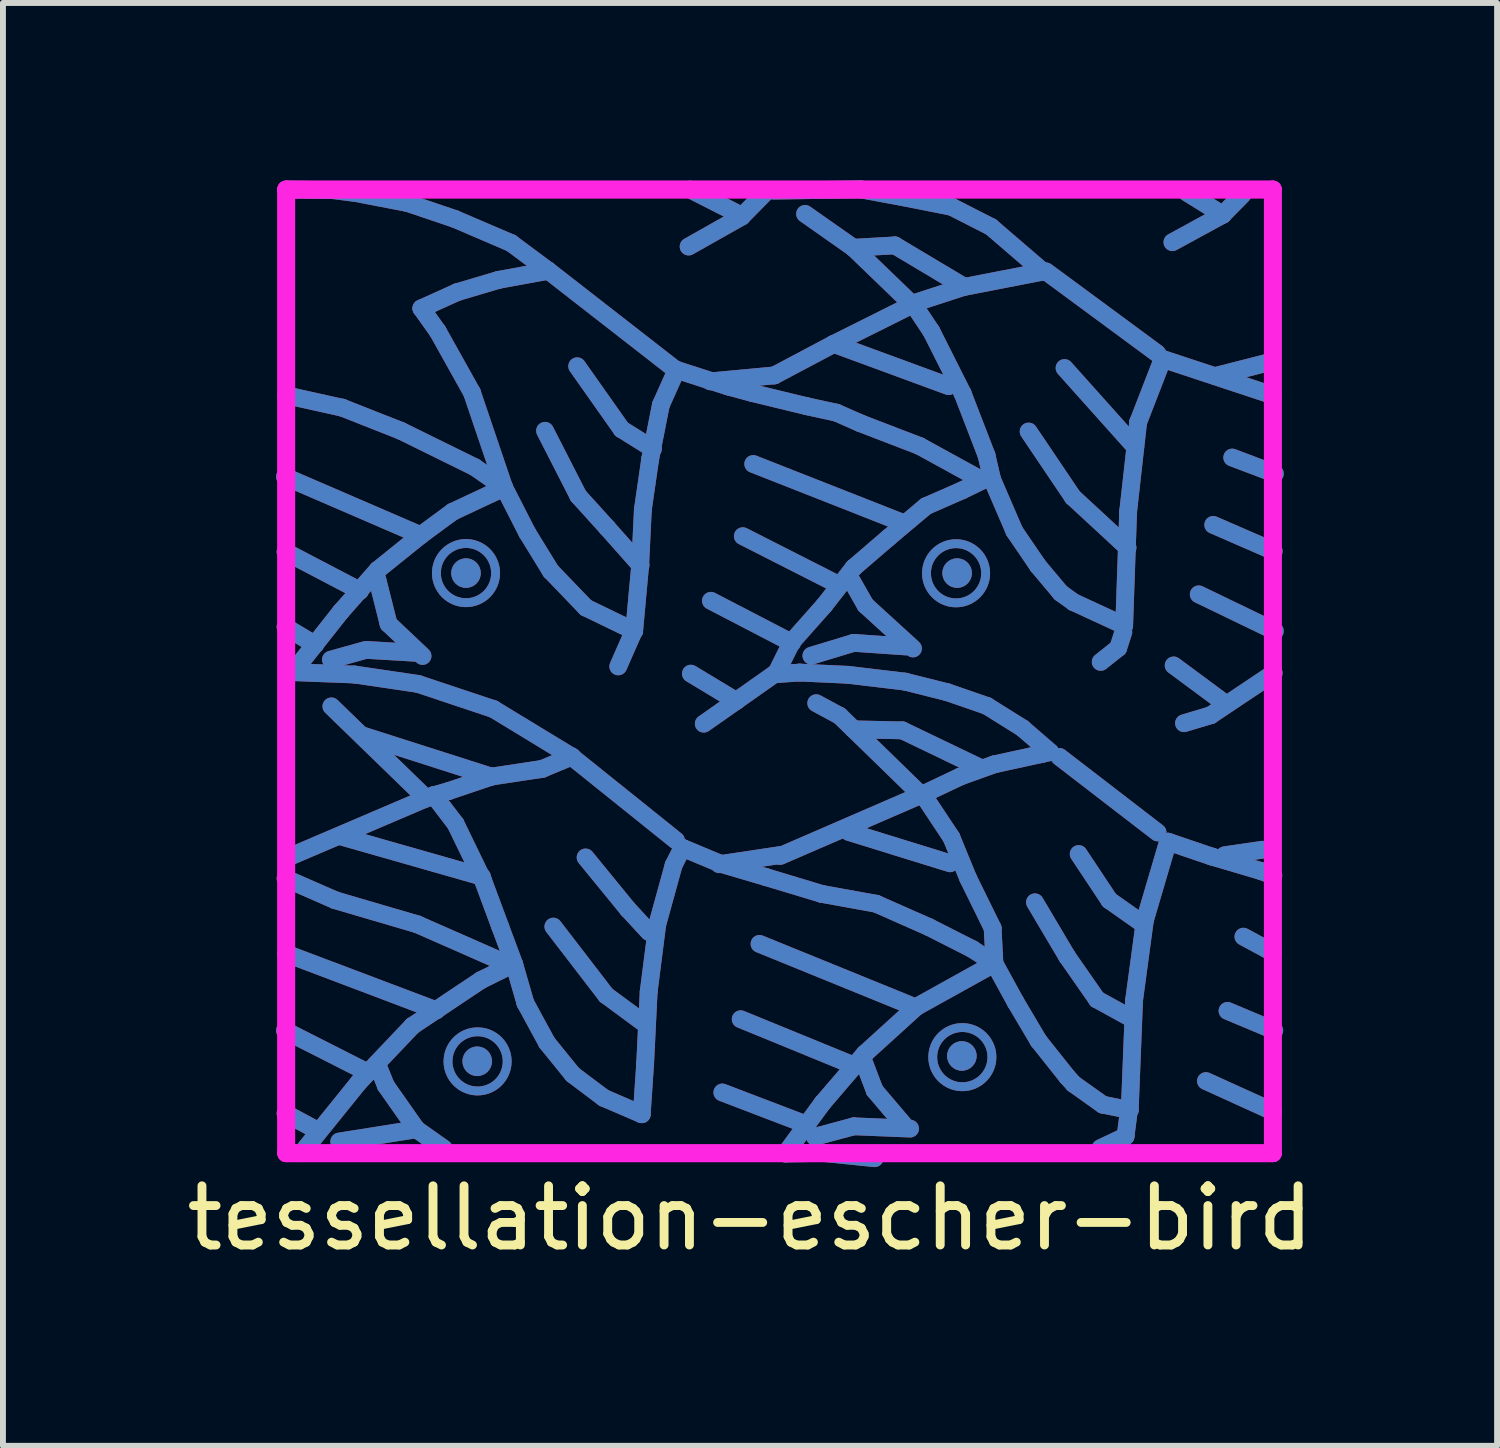
<source format=kicad_pcb>
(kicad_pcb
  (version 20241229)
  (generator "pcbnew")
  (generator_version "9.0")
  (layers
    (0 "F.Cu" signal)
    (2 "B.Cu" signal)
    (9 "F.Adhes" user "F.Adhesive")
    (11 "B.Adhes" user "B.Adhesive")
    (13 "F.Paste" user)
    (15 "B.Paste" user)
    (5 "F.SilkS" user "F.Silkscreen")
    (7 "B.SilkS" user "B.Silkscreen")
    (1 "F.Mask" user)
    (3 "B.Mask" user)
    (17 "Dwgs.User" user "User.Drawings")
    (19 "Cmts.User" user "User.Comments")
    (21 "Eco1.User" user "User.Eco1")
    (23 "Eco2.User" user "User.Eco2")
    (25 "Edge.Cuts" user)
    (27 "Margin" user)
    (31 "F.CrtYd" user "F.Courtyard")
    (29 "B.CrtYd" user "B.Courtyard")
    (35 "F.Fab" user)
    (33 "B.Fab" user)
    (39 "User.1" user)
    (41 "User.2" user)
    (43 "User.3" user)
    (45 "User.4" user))
  (footprint "tessellation-escher-bird"
    (layer "F.Cu")
    (at 9.625 8.135)
    (property "Reference" "tessellation-escher-bird" (at 0 9.4 0) (layer "F.SilkS") (effects (font (size 1 1) (thickness 0.15))))
    (attr through_hole)
    (fp_line (start -7.86 -3.13) (end -5.566 -2.139) (stroke (width 0.3) (type solid)) (layer "F.Cu"))
    (fp_line (start -7.85 -1.86) (end -6.59 -1.2) (stroke (width 0.3) (type solid)) (layer "F.Cu"))
    (fp_line (start -7.85 -0.59) (end -7.35 -0.29) (stroke (width 0.3) (type solid)) (layer "F.Cu"))
    (fp_line (start -7.838 -4.505) (end -6.89 -4.295) (stroke (width 0.3) (type solid)) (layer "F.Cu"))
    (fp_line (start -7.723 0.174) (end -6.683 0.214) (stroke (width 0.3) (type solid)) (layer "F.Cu"))
    (fp_line (start -7.579 8.304) (end -6.61 7.104) (stroke (width 0.3) (type solid)) (layer "F.Cu"))
    (fp_line (start -7.328 7.911) (end -7.85 7.63) (stroke (width 0.3) (type solid)) (layer "F.Cu"))
    (fp_line (start -7.083 -0.037) (end -6.5 -0.2) (stroke (width 0.3) (type solid)) (layer "F.Cu"))
    (fp_line (start -7.075 0.752) (end -5.47 2.31) (stroke (width 0.3) (type solid)) (layer "F.Cu"))
    (fp_line (start -7.04 -7.971) (end -7.838 -7.982) (stroke (width 0.3) (type solid)) (layer "F.Cu"))
    (fp_line (start -7.01 4.028) (end -7.85 3.66) (stroke (width 0.3) (type solid)) (layer "F.Cu"))
    (fp_line (start -6.942 8.106) (end -5.637 7.899) (stroke (width 0.3) (type solid)) (layer "F.Cu"))
    (fp_line (start -6.912 -0.852) (end -7.723 0.174) (stroke (width 0.3) (type solid)) (layer "F.Cu"))
    (fp_line (start -6.89 -4.295) (end -5.899 -3.904) (stroke (width 0.3) (type solid)) (layer "F.Cu"))
    (fp_line (start -6.88 2.96) (end -4.53 3.63) (stroke (width 0.3) (type solid)) (layer "F.Cu"))
    (fp_line (start -6.683 0.214) (end -5.613 0.372) (stroke (width 0.3) (type solid)) (layer "F.Cu"))
    (fp_line (start -6.653 -7.921) (end -7.04 -7.971) (stroke (width 0.3) (type solid)) (layer "F.Cu"))
    (fp_line (start -6.61 7.104) (end -5.703 6.15) (stroke (width 0.3) (type solid)) (layer "F.Cu"))
    (fp_line (start -6.56 1.24) (end -4.37 1.94) (stroke (width 0.3) (type solid)) (layer "F.Cu"))
    (fp_line (start -6.46 6.94) (end -7.86 6.23) (stroke (width 0.3) (type solid)) (layer "F.Cu"))
    (fp_line (start -6.45 -0.2) (end -5.6 -0.15) (stroke (width 0.3) (type solid)) (layer "F.Cu"))
    (fp_line (start -6.3 -1.4) (end -6.109 -0.643) (stroke (width 0.3) (type solid)) (layer "F.Cu"))
    (fp_line (start -6.292 -1.554) (end -6.912 -0.852) (stroke (width 0.3) (type solid)) (layer "F.Cu"))
    (fp_line (start -6.153 7.164) (end -6.3 6.8) (stroke (width 0.3) (type solid)) (layer "F.Cu"))
    (fp_line (start -6.109 -0.643) (end -5.534 -0.099) (stroke (width 0.3) (type solid)) (layer "F.Cu"))
    (fp_line (start -5.899 -3.904) (end -4.652 -3.29) (stroke (width 0.3) (type solid)) (layer "F.Cu"))
    (fp_line (start -5.781 -7.753) (end -6.653 -7.921) (stroke (width 0.3) (type solid)) (layer "F.Cu"))
    (fp_line (start -5.703 6.15) (end -4.547 5.379) (stroke (width 0.3) (type solid)) (layer "F.Cu"))
    (fp_line (start -5.637 7.899) (end -6.153 7.164) (stroke (width 0.3) (type solid)) (layer "F.Cu"))
    (fp_line (start -5.623 4.435) (end -7.01 4.028) (stroke (width 0.3) (type solid)) (layer "F.Cu"))
    (fp_line (start -5.613 0.372) (end -4.335 0.798) (stroke (width 0.3) (type solid)) (layer "F.Cu"))
    (fp_line (start -5.566 -2.139) (end -6.292 -1.554) (stroke (width 0.3) (type solid)) (layer "F.Cu"))
    (fp_line (start -5.554 -5.974) (end -4.95 -6.247) (stroke (width 0.3) (type solid)) (layer "F.Cu"))
    (fp_line (start -5.345 2.255) (end -4.976 2.737) (stroke (width 0.3) (type solid)) (layer "F.Cu"))
    (fp_line (start -5.34 2.25) (end -7.82 3.31) (stroke (width 0.3) (type solid)) (layer "F.Cu"))
    (fp_line (start -5.3 5.89) (end -7.84 4.93) (stroke (width 0.3) (type solid)) (layer "F.Cu"))
    (fp_line (start -5.276 -5.584) (end -5.554 -5.974) (stroke (width 0.3) (type solid)) (layer "F.Cu"))
    (fp_line (start -5.175 8.225) (end -5.637 7.899) (stroke (width 0.3) (type solid)) (layer "F.Cu"))
    (fp_line (start -5.098 2.185) (end -5.345 2.255) (stroke (width 0.3) (type solid)) (layer "F.Cu"))
    (fp_line (start -5.027 -2.536) (end -5.566 -2.139) (stroke (width 0.3) (type solid)) (layer "F.Cu"))
    (fp_line (start -4.991 -7.486) (end -5.781 -7.753) (stroke (width 0.3) (type solid)) (layer "F.Cu"))
    (fp_line (start -4.976 2.737) (end -4.51 3.698) (stroke (width 0.3) (type solid)) (layer "F.Cu"))
    (fp_line (start -4.95 -6.247) (end -4.25 -6.455) (stroke (width 0.3) (type solid)) (layer "F.Cu"))
    (fp_line (start -4.699 -4.551) (end -5.279 -5.589) (stroke (width 0.3) (type solid)) (layer "F.Cu"))
    (fp_line (start -4.652 -3.29) (end -4.155 -2.945) (stroke (width 0.3) (type solid)) (layer "F.Cu"))
    (fp_line (start -4.547 5.379) (end -4.043 5.13) (stroke (width 0.3) (type solid)) (layer "F.Cu"))
    (fp_line (start -4.51 3.698) (end -4.218 4.485) (stroke (width 0.3) (type solid)) (layer "F.Cu"))
    (fp_line (start -4.365 1.938) (end -5.098 2.185) (stroke (width 0.3) (type solid)) (layer "F.Cu"))
    (fp_line (start -4.335 0.798) (end -3 1.61) (stroke (width 0.3) (type solid)) (layer "F.Cu"))
    (fp_line (start -4.25 -6.455) (end -3.408 -6.609) (stroke (width 0.3) (type solid)) (layer "F.Cu"))
    (fp_line (start -4.218 4.485) (end -3.985 5.111) (stroke (width 0.3) (type solid)) (layer "F.Cu"))
    (fp_line (start -4.155 -2.945) (end -5.027 -2.536) (stroke (width 0.3) (type solid)) (layer "F.Cu"))
    (fp_line (start -4.155 -2.945) (end -4.699 -4.551) (stroke (width 0.3) (type solid)) (layer "F.Cu"))
    (fp_line (start -4.043 5.13) (end -5.623 4.435) (stroke (width 0.3) (type solid)) (layer "F.Cu"))
    (fp_line (start -4.037 -7.077) (end -4.991 -7.486) (stroke (width 0.3) (type solid)) (layer "F.Cu"))
    (fp_line (start -3.985 5.111) (end -3.796 5.766) (stroke (width 0.3) (type solid)) (layer "F.Cu"))
    (fp_line (start -3.796 5.766) (end -3.432 6.436) (stroke (width 0.3) (type solid)) (layer "F.Cu"))
    (fp_line (start -3.764 -2.18) (end -4.155 -2.945) (stroke (width 0.3) (type solid)) (layer "F.Cu"))
    (fp_line (start -3.512 1.809) (end -4.365 1.938) (stroke (width 0.3) (type solid)) (layer "F.Cu"))
    (fp_line (start -3.464 -3.905) (end -2.901 -2.804) (stroke (width 0.3) (type solid)) (layer "F.Cu"))
    (fp_line (start -3.432 6.436) (end -2.995 6.975) (stroke (width 0.3) (type solid)) (layer "F.Cu"))
    (fp_line (start -3.42 -6.62) (end -1.25 -4.93) (stroke (width 0.3) (type solid)) (layer "F.Cu"))
    (fp_line (start -3.408 -6.609) (end -4.037 -7.077) (stroke (width 0.3) (type solid)) (layer "F.Cu"))
    (fp_line (start -3.367 -1.534) (end -3.764 -2.18) (stroke (width 0.3) (type solid)) (layer "F.Cu"))
    (fp_line (start -3.324 4.474) (end -2.432 5.634) (stroke (width 0.3) (type solid)) (layer "F.Cu"))
    (fp_line (start -3.03 1.59) (end -1.25 3.019) (stroke (width 0.3) (type solid)) (layer "F.Cu"))
    (fp_line (start -3.01 1.6) (end -3.512 1.809) (stroke (width 0.3) (type solid)) (layer "F.Cu"))
    (fp_line (start -2.995 6.975) (end -2.471 7.369) (stroke (width 0.3) (type solid)) (layer "F.Cu"))
    (fp_line (start -2.921 -4.996) (end -2.17 -3.931) (stroke (width 0.3) (type solid)) (layer "F.Cu"))
    (fp_line (start -2.901 -2.804) (end -2.414 -2.266) (stroke (width 0.3) (type solid)) (layer "F.Cu"))
    (fp_line (start -2.779 3.305) (end -2.066 4.177) (stroke (width 0.3) (type solid)) (layer "F.Cu"))
    (fp_line (start -2.774 -0.917) (end -3.367 -1.534) (stroke (width 0.3) (type solid)) (layer "F.Cu"))
    (fp_line (start -2.471 7.369) (end -1.83 7.645) (stroke (width 0.3) (type solid)) (layer "F.Cu"))
    (fp_line (start -2.432 5.634) (end -1.8 6.1) (stroke (width 0.3) (type solid)) (layer "F.Cu"))
    (fp_line (start -2.414 -2.266) (end -1.85 -1.63) (stroke (width 0.3) (type solid)) (layer "F.Cu"))
    (fp_line (start -2.227 0.077) (end -1.96 -0.53) (stroke (width 0.3) (type solid)) (layer "F.Cu"))
    (fp_line (start -2.17 -3.931) (end -1.64 -3.6) (stroke (width 0.3) (type solid)) (layer "F.Cu"))
    (fp_line (start -2.066 4.177) (end -1.709 4.564) (stroke (width 0.3) (type solid)) (layer "F.Cu"))
    (fp_line (start -1.958 -0.522) (end -2.774 -0.917) (stroke (width 0.3) (type solid)) (layer "F.Cu"))
    (fp_line (start -1.856 -1.637) (end -1.958 -0.522) (stroke (width 0.3) (type solid)) (layer "F.Cu"))
    (fp_line (start -1.83 7.645) (end -1.772 6.786) (stroke (width 0.3) (type solid)) (layer "F.Cu"))
    (fp_line (start -1.811 -2.572) (end -1.856 -1.637) (stroke (width 0.3) (type solid)) (layer "F.Cu"))
    (fp_line (start -1.772 6.786) (end -1.713 5.577) (stroke (width 0.3) (type solid)) (layer "F.Cu"))
    (fp_line (start -1.713 5.577) (end -1.568 4.441) (stroke (width 0.3) (type solid)) (layer "F.Cu"))
    (fp_line (start -1.687 -3.429) (end -1.811 -2.572) (stroke (width 0.3) (type solid)) (layer "F.Cu"))
    (fp_line (start -1.568 4.441) (end -1.291 3.436) (stroke (width 0.3) (type solid)) (layer "F.Cu"))
    (fp_line (start -1.507 -4.341) (end -1.687 -3.429) (stroke (width 0.3) (type solid)) (layer "F.Cu"))
    (fp_line (start -1.291 3.436) (end -1.143 3.143) (stroke (width 0.3) (type solid)) (layer "F.Cu"))
    (fp_line (start -1.241 -4.935) (end -1.507 -4.341) (stroke (width 0.3) (type solid)) (layer "F.Cu"))
    (fp_line (start -1.143 3.143) (end -0.505 3.409) (stroke (width 0.3) (type solid)) (layer "F.Cu"))
    (fp_line (start -0.505 3.409) (end 0.276 3.639) (stroke (width 0.3) (type solid)) (layer "F.Cu"))
    (fp_line (start -0.371 -4.654) (end -1.241 -4.935) (stroke (width 0.3) (type solid)) (layer "F.Cu"))
    (fp_line (start -0.234 0.661) (end -1 0.199) (stroke (width 0.3) (type solid)) (layer "F.Cu"))
    (fp_line (start -0.234 0.661) (end -0.782 1.045) (stroke (width 0.3) (type solid)) (layer "F.Cu"))
    (fp_line (start -0.216 -7.578) (end -1.011 -7.982) (stroke (width 0.3) (type solid)) (layer "F.Cu"))
    (fp_line (start -0.142 -7.524) (end -1.038 -7.018) (stroke (width 0.3) (type solid)) (layer "F.Cu"))
    (fp_line (start 0.048 -4.541) (end -0.371 -4.654) (stroke (width 0.3) (type solid)) (layer "F.Cu"))
    (fp_line (start 0.269 -7.942) (end -0.142 -7.524) (stroke (width 0.3) (type solid)) (layer "F.Cu"))
    (fp_line (start 0.276 3.639) (end 1.211 3.921) (stroke (width 0.3) (type solid)) (layer "F.Cu"))
    (fp_line (start 0.411 -4.841) (end -0.67 -4.74) (stroke (width 0.3) (type solid)) (layer "F.Cu"))
    (fp_line (start 0.42 0.2) (end -0.234 0.661) (stroke (width 0.3) (type solid)) (layer "F.Cu"))
    (fp_line (start 0.436 0.208) (end 0.705 -0.336) (stroke (width 0.3) (type solid)) (layer "F.Cu"))
    (fp_line (start 0.536 3.261) (end -0.52 3.42) (stroke (width 0.3) (type solid)) (layer "F.Cu"))
    (fp_line (start 0.6 8.309) (end 1.234 8.299) (stroke (width 0.3) (type solid)) (layer "F.Cu"))
    (fp_line (start 0.705 -0.336) (end 1.256 -0.957) (stroke (width 0.3) (type solid)) (layer "F.Cu"))
    (fp_line (start 0.71 -0.32) (end -0.661 -1.032) (stroke (width 0.3) (type solid)) (layer "F.Cu"))
    (fp_line (start 0.84 0.181) (end 0.436 0.208) (stroke (width 0.3) (type solid)) (layer "F.Cu"))
    (fp_line (start 0.9 7.8) (end -0.468 7.277) (stroke (width 0.3) (type solid)) (layer "F.Cu"))
    (fp_line (start 0.93 -7.571) (end 1.746 -6.998) (stroke (width 0.3) (type solid)) (layer "F.Cu"))
    (fp_line (start 0.96 -4.32) (end 0.048 -4.541) (stroke (width 0.3) (type solid)) (layer "F.Cu"))
    (fp_line (start 1.037 -0.104) (end 1.752 -0.321) (stroke (width 0.3) (type solid)) (layer "F.Cu"))
    (fp_line (start 1.096 8.026) (end 1.755 7.849) (stroke (width 0.3) (type solid)) (layer "F.Cu"))
    (fp_line (start 1.211 3.921) (end 2.133 4.088) (stroke (width 0.3) (type solid)) (layer "F.Cu"))
    (fp_line (start 1.224 7.457) (end 0.6 8.309) (stroke (width 0.3) (type solid)) (layer "F.Cu"))
    (fp_line (start 1.234 8.299) (end 2.106 8.388) (stroke (width 0.3) (type solid)) (layer "F.Cu"))
    (fp_line (start 1.256 -0.957) (end 1.752 -1.592) (stroke (width 0.3) (type solid)) (layer "F.Cu"))
    (fp_line (start 1.415 -5.373) (end 0.411 -4.841) (stroke (width 0.3) (type solid)) (layer "F.Cu"))
    (fp_line (start 1.415 -5.373) (end 3.357 -4.659) (stroke (width 0.3) (type solid)) (layer "F.Cu"))
    (fp_line (start 1.46 -4.211) (end 0.96 -4.32) (stroke (width 0.3) (type solid)) (layer "F.Cu"))
    (fp_line (start 1.5 -1.3) (end -0.122 -2.124) (stroke (width 0.3) (type solid)) (layer "F.Cu"))
    (fp_line (start 1.517 0.913) (end 1.119 0.698) (stroke (width 0.3) (type solid)) (layer "F.Cu"))
    (fp_line (start 1.659 0.219) (end 0.84 0.181) (stroke (width 0.3) (type solid)) (layer "F.Cu"))
    (fp_line (start 1.67 2.875) (end 3.38 3.404) (stroke (width 0.3) (type solid)) (layer "F.Cu"))
    (fp_line (start 1.7 -1.4) (end 1.952 -0.958) (stroke (width 0.3) (type solid)) (layer "F.Cu"))
    (fp_line (start 1.7 6.8) (end -0.158 6.039) (stroke (width 0.3) (type solid)) (layer "F.Cu"))
    (fp_line (start 1.746 -6.998) (end 2.447 -7.038) (stroke (width 0.3) (type solid)) (layer "F.Cu"))
    (fp_line (start 1.746 -6.998) (end 2.75 -6.03) (stroke (width 0.3) (type solid)) (layer "F.Cu"))
    (fp_line (start 1.75 1.14) (end 2.575 1.158) (stroke (width 0.3) (type solid)) (layer "F.Cu"))
    (fp_line (start 1.752 -0.321) (end 2.632 -0.26) (stroke (width 0.3) (type solid)) (layer "F.Cu"))
    (fp_line (start 1.752 -1.592) (end 2.339 -2.097) (stroke (width 0.3) (type solid)) (layer "F.Cu"))
    (fp_line (start 1.755 7.849) (end 2.705 7.888) (stroke (width 0.3) (type solid)) (layer "F.Cu"))
    (fp_line (start 1.867 -4.032) (end 1.46 -4.211) (stroke (width 0.3) (type solid)) (layer "F.Cu"))
    (fp_line (start 1.87 -7.985) (end 0.398 -7.962) (stroke (width 0.3) (type solid)) (layer "F.Cu"))
    (fp_line (start 1.937 6.624) (end 1.224 7.457) (stroke (width 0.3) (type solid)) (layer "F.Cu"))
    (fp_line (start 1.952 -0.958) (end 2.754 -0.226) (stroke (width 0.3) (type solid)) (layer "F.Cu"))
    (fp_line (start 2.107 7.244) (end 1.9 6.7) (stroke (width 0.3) (type solid)) (layer "F.Cu"))
    (fp_line (start 2.133 4.088) (end 3.03 4.485) (stroke (width 0.3) (type solid)) (layer "F.Cu"))
    (fp_line (start 2.339 -2.097) (end 2.972 -2.63) (stroke (width 0.3) (type solid)) (layer "F.Cu"))
    (fp_line (start 2.447 -7.038) (end 3.6 -6.35) (stroke (width 0.3) (type solid)) (layer "F.Cu"))
    (fp_line (start 2.575 1.158) (end 3.91 1.8) (stroke (width 0.3) (type solid)) (layer "F.Cu"))
    (fp_line (start 2.58 -2.35) (end 0.054 -3.344) (stroke (width 0.3) (type solid)) (layer "F.Cu"))
    (fp_line (start 2.595 -7.851) (end 1.87 -7.985) (stroke (width 0.3) (type solid)) (layer "F.Cu"))
    (fp_line (start 2.62 0.334) (end 1.659 0.219) (stroke (width 0.3) (type solid)) (layer "F.Cu"))
    (fp_line (start 2.621 7.849) (end 2.107 7.244) (stroke (width 0.3) (type solid)) (layer "F.Cu"))
    (fp_line (start 2.7 5.8) (end 0.16 4.766) (stroke (width 0.3) (type solid)) (layer "F.Cu"))
    (fp_line (start 2.751 -6.056) (end 3.603 -6.333) (stroke (width 0.3) (type solid)) (layer "F.Cu"))
    (fp_line (start 2.77 -6.05) (end 1.415 -5.373) (stroke (width 0.3) (type solid)) (layer "F.Cu"))
    (fp_line (start 2.809 5.832) (end 1.937 6.624) (stroke (width 0.3) (type solid)) (layer "F.Cu"))
    (fp_line (start 2.865 -3.648) (end 1.867 -4.032) (stroke (width 0.3) (type solid)) (layer "F.Cu"))
    (fp_line (start 2.88 2.24) (end 1.517 0.913) (stroke (width 0.3) (type solid)) (layer "F.Cu"))
    (fp_line (start 2.91 2.24) (end 0.51 3.28) (stroke (width 0.3) (type solid)) (layer "F.Cu"))
    (fp_line (start 2.92 2.239) (end 3.559 1.936) (stroke (width 0.3) (type solid)) (layer "F.Cu"))
    (fp_line (start 2.972 -2.63) (end 3.586 -2.899) (stroke (width 0.3) (type solid)) (layer "F.Cu"))
    (fp_line (start 3.03 4.485) (end 3.76 4.856) (stroke (width 0.3) (type solid)) (layer "F.Cu"))
    (fp_line (start 3.066 -5.583) (end 2.751 -6.056) (stroke (width 0.3) (type solid)) (layer "F.Cu"))
    (fp_line (start 3.066 -5.583) (end 3.594 -4.534) (stroke (width 0.3) (type solid)) (layer "F.Cu"))
    (fp_line (start 3.337 0.514) (end 2.62 0.334) (stroke (width 0.3) (type solid)) (layer "F.Cu"))
    (fp_line (start 3.403 2.967) (end 2.92 2.239) (stroke (width 0.3) (type solid)) (layer "F.Cu"))
    (fp_line (start 3.407 -7.69) (end 2.595 -7.851) (stroke (width 0.3) (type solid)) (layer "F.Cu"))
    (fp_line (start 3.559 1.936) (end 4.127 1.732) (stroke (width 0.3) (type solid)) (layer "F.Cu"))
    (fp_line (start 3.586 -2.899) (end 4 -3.1) (stroke (width 0.3) (type solid)) (layer "F.Cu"))
    (fp_line (start 3.594 -4.534) (end 3.997 -3.49) (stroke (width 0.3) (type solid)) (layer "F.Cu"))
    (fp_line (start 3.603 -6.333) (end 4.951 -6.595) (stroke (width 0.3) (type solid)) (layer "F.Cu"))
    (fp_line (start 3.686 3.657) (end 3.403 2.967) (stroke (width 0.3) (type solid)) (layer "F.Cu"))
    (fp_line (start 3.76 4.856) (end 4.131 5.098) (stroke (width 0.3) (type solid)) (layer "F.Cu"))
    (fp_line (start 3.909 -3.075) (end 2.865 -3.648) (stroke (width 0.3) (type solid)) (layer "F.Cu"))
    (fp_line (start 3.997 -3.49) (end 4.092 -3.081) (stroke (width 0.3) (type solid)) (layer "F.Cu"))
    (fp_line (start 4.003 0.744) (end 3.337 0.514) (stroke (width 0.3) (type solid)) (layer "F.Cu"))
    (fp_line (start 4.072 -7.351) (end 3.407 -7.69) (stroke (width 0.3) (type solid)) (layer "F.Cu"))
    (fp_line (start 4.092 -3.081) (end 4.469 -2.206) (stroke (width 0.3) (type solid)) (layer "F.Cu"))
    (fp_line (start 4.1 4.5) (end 3.686 3.657) (stroke (width 0.3) (type solid)) (layer "F.Cu"))
    (fp_line (start 4.127 1.732) (end 4.928 1.557) (stroke (width 0.3) (type solid)) (layer "F.Cu"))
    (fp_line (start 4.131 5.098) (end 2.809 5.832) (stroke (width 0.3) (type solid)) (layer "F.Cu"))
    (fp_line (start 4.131 5.098) (end 4.1 4.5) (stroke (width 0.3) (type solid)) (layer "F.Cu"))
    (fp_line (start 4.131 5.098) (end 4.489 5.751) (stroke (width 0.3) (type solid)) (layer "F.Cu"))
    (fp_line (start 4.469 -2.206) (end 4.868 -1.621) (stroke (width 0.3) (type solid)) (layer "F.Cu"))
    (fp_line (start 4.489 5.751) (end 4.875 6.403) (stroke (width 0.3) (type solid)) (layer "F.Cu"))
    (fp_line (start 4.604 1.12) (end 4.003 0.744) (stroke (width 0.3) (type solid)) (layer "F.Cu"))
    (fp_line (start 4.708 -3.893) (end 5.455 -2.785) (stroke (width 0.3) (type solid)) (layer "F.Cu"))
    (fp_line (start 4.868 -1.621) (end 5.251 -1.165) (stroke (width 0.3) (type solid)) (layer "F.Cu"))
    (fp_line (start 4.875 6.403) (end 5.36 7.013) (stroke (width 0.3) (type solid)) (layer "F.Cu"))
    (fp_line (start 4.928 1.557) (end 5.073 1.526) (stroke (width 0.3) (type solid)) (layer "F.Cu"))
    (fp_line (start 4.951 -6.595) (end 4.072 -7.351) (stroke (width 0.3) (type solid)) (layer "F.Cu"))
    (fp_line (start 5 -6.6) (end 6.882 -5.212) (stroke (width 0.3) (type solid)) (layer "F.Cu"))
    (fp_line (start 5.073 1.526) (end 4.604 1.12) (stroke (width 0.3) (type solid)) (layer "F.Cu"))
    (fp_line (start 5.251 -1.165) (end 5.469 -1.008) (stroke (width 0.3) (type solid)) (layer "F.Cu"))
    (fp_line (start 5.36 7.013) (end 5.469 7.133) (stroke (width 0.3) (type solid)) (layer "F.Cu"))
    (fp_line (start 5.36 4.982) (end 4.815 4.063) (stroke (width 0.3) (type solid)) (layer "F.Cu"))
    (fp_line (start 5.455 -2.785) (end 6.38 -1.93) (stroke (width 0.3) (type solid)) (layer "F.Cu"))
    (fp_line (start 5.469 7.133) (end 5.961 7.483) (stroke (width 0.3) (type solid)) (layer "F.Cu"))
    (fp_line (start 5.864 5.705) (end 5.36 4.982) (stroke (width 0.3) (type solid)) (layer "F.Cu"))
    (fp_line (start 5.924 8.217) (end 6.346 8.018) (stroke (width 0.3) (type solid)) (layer "F.Cu"))
    (fp_line (start 5.926 0.001) (end 6.222 -0.234) (stroke (width 0.3) (type solid)) (layer "F.Cu"))
    (fp_line (start 5.961 7.483) (end 6.417 7.575) (stroke (width 0.3) (type solid)) (layer "F.Cu"))
    (fp_line (start 6.074 4.03) (end 5.554 3.247) (stroke (width 0.3) (type solid)) (layer "F.Cu"))
    (fp_line (start 6.222 -0.234) (end 6.309 -0.504) (stroke (width 0.3) (type solid)) (layer "F.Cu"))
    (fp_line (start 6.323 -0.614) (end 5.469 -1.008) (stroke (width 0.3) (type solid)) (layer "F.Cu"))
    (fp_line (start 6.346 8.018) (end 6.392 7.665) (stroke (width 0.3) (type solid)) (layer "F.Cu"))
    (fp_line (start 6.39 -2.538) (end 6.323 -0.614) (stroke (width 0.3) (type solid)) (layer "F.Cu"))
    (fp_line (start 6.4 6) (end 5.864 5.705) (stroke (width 0.3) (type solid)) (layer "F.Cu"))
    (fp_line (start 6.417 7.575) (end 6.491 5.716) (stroke (width 0.3) (type solid)) (layer "F.Cu"))
    (fp_line (start 6.491 5.716) (end 6.673 4.367) (stroke (width 0.3) (type solid)) (layer "F.Cu"))
    (fp_line (start 6.51 -3.63) (end 5.315 -4.966) (stroke (width 0.3) (type solid)) (layer "F.Cu"))
    (fp_line (start 6.559 -4.048) (end 6.39 -2.538) (stroke (width 0.3) (type solid)) (layer "F.Cu"))
    (fp_line (start 6.6 4.4) (end 6.074 4.03) (stroke (width 0.3) (type solid)) (layer "F.Cu"))
    (fp_line (start 6.673 4.367) (end 7.064 3.039) (stroke (width 0.3) (type solid)) (layer "F.Cu"))
    (fp_line (start 6.888 2.883) (end 5.23 1.606) (stroke (width 0.3) (type solid)) (layer "F.Cu"))
    (fp_line (start 6.974 -5.119) (end 6.559 -4.048) (stroke (width 0.3) (type solid)) (layer "F.Cu"))
    (fp_line (start 7.064 3.039) (end 7.799 3.289) (stroke (width 0.3) (type solid)) (layer "F.Cu"))
    (fp_line (start 7.334 1.037) (end 7.786 0.902) (stroke (width 0.3) (type solid)) (layer "F.Cu"))
    (fp_line (start 7.786 0.902) (end 8.85 0.19) (stroke (width 0.3) (type solid)) (layer "F.Cu"))
    (fp_line (start 7.799 3.289) (end 8.621 3.531) (stroke (width 0.3) (type solid)) (layer "F.Cu"))
    (fp_line (start 7.988 -7.556) (end 7.138 -7.092) (stroke (width 0.3) (type solid)) (layer "F.Cu"))
    (fp_line (start 7.988 -7.556) (end 7.387 -7.928) (stroke (width 0.3) (type solid)) (layer "F.Cu"))
    (fp_line (start 8.05 0.72) (end 7.159 0.06) (stroke (width 0.3) (type solid)) (layer "F.Cu"))
    (fp_line (start 8.322 -7.895) (end 7.988 -7.556) (stroke (width 0.3) (type solid)) (layer "F.Cu"))
    (fp_line (start 8.621 3.531) (end 8.844 3.612) (stroke (width 0.3) (type solid)) (layer "F.Cu"))
    (fp_line (start 8.66 3.175) (end 8.022 3.268) (stroke (width 0.3) (type solid)) (layer "F.Cu"))
    (fp_line (start 8.752 -5.058) (end 7.86 -4.83) (stroke (width 0.3) (type solid)) (layer "F.Cu"))
    (fp_line (start 8.829 -4.506) (end 6.974 -5.119) (stroke (width 0.3) (type solid)) (layer "F.Cu"))
    (fp_line (start 8.83 4.91) (end 8.338 4.644) (stroke (width 0.3) (type solid)) (layer "F.Cu"))
    (fp_line (start 8.84 7.6) (end 7.705 7.084) (stroke (width 0.3) (type solid)) (layer "F.Cu"))
    (fp_line (start 8.85 -1.87) (end 7.828 -2.315) (stroke (width 0.3) (type solid)) (layer "F.Cu"))
    (fp_line (start 8.86 6.23) (end 8.069 5.898) (stroke (width 0.3) (type solid)) (layer "F.Cu"))
    (fp_line (start 8.87 -3.18) (end 8.149 -3.453) (stroke (width 0.3) (type solid)) (layer "F.Cu"))
    (fp_line (start 8.87 -0.52) (end 7.583 -1.141) (stroke (width 0.3) (type solid)) (layer "F.Cu"))
    (fp_circle (center -4.8 -1.5) (end -4.3 -1.5) (stroke (width 0.15) (type solid)) (fill no) (layer "F.Cu"))
    (fp_circle (center -4.604 6.752) (end -4.104 6.752) (stroke (width 0.15) (type solid)) (fill no) (layer "F.Cu"))
    (fp_circle (center 3.482 -1.497) (end 3.982 -1.497) (stroke (width 0.15) (type solid)) (fill no) (layer "F.Cu"))
    (fp_circle (center 3.588 6.68) (end 4.088 6.68) (stroke (width 0.15) (type solid)) (fill no) (layer "F.Cu"))
    (fp_line (start -7.86 -3.13) (end -5.566 -2.139) (stroke (width 0.3) (type solid)) (layer "B.Cu"))
    (fp_line (start -7.85 -1.86) (end -6.59 -1.2) (stroke (width 0.3) (type solid)) (layer "B.Cu"))
    (fp_line (start -7.85 -0.59) (end -7.35 -0.29) (stroke (width 0.3) (type solid)) (layer "B.Cu"))
    (fp_line (start -7.838 -4.505) (end -6.89 -4.295) (stroke (width 0.3) (type solid)) (layer "B.Cu"))
    (fp_line (start -7.723 0.174) (end -6.683 0.214) (stroke (width 0.3) (type solid)) (layer "B.Cu"))
    (fp_line (start -7.579 8.304) (end -6.61 7.104) (stroke (width 0.3) (type solid)) (layer "B.Cu"))
    (fp_line (start -7.328 7.911) (end -7.85 7.63) (stroke (width 0.3) (type solid)) (layer "B.Cu"))
    (fp_line (start -7.083 -0.037) (end -6.5 -0.2) (stroke (width 0.3) (type solid)) (layer "B.Cu"))
    (fp_line (start -7.075 0.752) (end -5.47 2.31) (stroke (width 0.3) (type solid)) (layer "B.Cu"))
    (fp_line (start -7.04 -7.971) (end -7.838 -7.982) (stroke (width 0.3) (type solid)) (layer "B.Cu"))
    (fp_line (start -7.01 4.028) (end -7.85 3.66) (stroke (width 0.3) (type solid)) (layer "B.Cu"))
    (fp_line (start -6.942 8.106) (end -5.637 7.899) (stroke (width 0.3) (type solid)) (layer "B.Cu"))
    (fp_line (start -6.912 -0.852) (end -7.723 0.174) (stroke (width 0.3) (type solid)) (layer "B.Cu"))
    (fp_line (start -6.89 -4.295) (end -5.899 -3.904) (stroke (width 0.3) (type solid)) (layer "B.Cu"))
    (fp_line (start -6.88 2.96) (end -4.53 3.63) (stroke (width 0.3) (type solid)) (layer "B.Cu"))
    (fp_line (start -6.683 0.214) (end -5.613 0.372) (stroke (width 0.3) (type solid)) (layer "B.Cu"))
    (fp_line (start -6.653 -7.921) (end -7.04 -7.971) (stroke (width 0.3) (type solid)) (layer "B.Cu"))
    (fp_line (start -6.61 7.104) (end -5.703 6.15) (stroke (width 0.3) (type solid)) (layer "B.Cu"))
    (fp_line (start -6.56 1.24) (end -4.37 1.94) (stroke (width 0.3) (type solid)) (layer "B.Cu"))
    (fp_line (start -6.46 6.94) (end -7.86 6.23) (stroke (width 0.3) (type solid)) (layer "B.Cu"))
    (fp_line (start -6.45 -0.2) (end -5.6 -0.15) (stroke (width 0.3) (type solid)) (layer "B.Cu"))
    (fp_line (start -6.3 -1.4) (end -6.109 -0.643) (stroke (width 0.3) (type solid)) (layer "B.Cu"))
    (fp_line (start -6.292 -1.554) (end -6.912 -0.852) (stroke (width 0.3) (type solid)) (layer "B.Cu"))
    (fp_line (start -6.153 7.164) (end -6.3 6.8) (stroke (width 0.3) (type solid)) (layer "B.Cu"))
    (fp_line (start -6.109 -0.643) (end -5.534 -0.099) (stroke (width 0.3) (type solid)) (layer "B.Cu"))
    (fp_line (start -5.899 -3.904) (end -4.652 -3.29) (stroke (width 0.3) (type solid)) (layer "B.Cu"))
    (fp_line (start -5.781 -7.753) (end -6.653 -7.921) (stroke (width 0.3) (type solid)) (layer "B.Cu"))
    (fp_line (start -5.703 6.15) (end -4.547 5.379) (stroke (width 0.3) (type solid)) (layer "B.Cu"))
    (fp_line (start -5.637 7.899) (end -6.153 7.164) (stroke (width 0.3) (type solid)) (layer "B.Cu"))
    (fp_line (start -5.623 4.435) (end -7.01 4.028) (stroke (width 0.3) (type solid)) (layer "B.Cu"))
    (fp_line (start -5.613 0.372) (end -4.335 0.798) (stroke (width 0.3) (type solid)) (layer "B.Cu"))
    (fp_line (start -5.566 -2.139) (end -6.292 -1.554) (stroke (width 0.3) (type solid)) (layer "B.Cu"))
    (fp_line (start -5.554 -5.974) (end -4.95 -6.247) (stroke (width 0.3) (type solid)) (layer "B.Cu"))
    (fp_line (start -5.345 2.255) (end -4.976 2.737) (stroke (width 0.3) (type solid)) (layer "B.Cu"))
    (fp_line (start -5.34 2.25) (end -7.82 3.31) (stroke (width 0.3) (type solid)) (layer "B.Cu"))
    (fp_line (start -5.3 5.89) (end -7.84 4.93) (stroke (width 0.3) (type solid)) (layer "B.Cu"))
    (fp_line (start -5.276 -5.584) (end -5.554 -5.974) (stroke (width 0.3) (type solid)) (layer "B.Cu"))
    (fp_line (start -5.175 8.225) (end -5.637 7.899) (stroke (width 0.3) (type solid)) (layer "B.Cu"))
    (fp_line (start -5.098 2.185) (end -5.345 2.255) (stroke (width 0.3) (type solid)) (layer "B.Cu"))
    (fp_line (start -5.027 -2.536) (end -5.566 -2.139) (stroke (width 0.3) (type solid)) (layer "B.Cu"))
    (fp_line (start -4.991 -7.486) (end -5.781 -7.753) (stroke (width 0.3) (type solid)) (layer "B.Cu"))
    (fp_line (start -4.976 2.737) (end -4.51 3.698) (stroke (width 0.3) (type solid)) (layer "B.Cu"))
    (fp_line (start -4.95 -6.247) (end -4.25 -6.455) (stroke (width 0.3) (type solid)) (layer "B.Cu"))
    (fp_line (start -4.699 -4.551) (end -5.279 -5.589) (stroke (width 0.3) (type solid)) (layer "B.Cu"))
    (fp_line (start -4.652 -3.29) (end -4.155 -2.945) (stroke (width 0.3) (type solid)) (layer "B.Cu"))
    (fp_line (start -4.547 5.379) (end -4.043 5.13) (stroke (width 0.3) (type solid)) (layer "B.Cu"))
    (fp_line (start -4.51 3.698) (end -4.218 4.485) (stroke (width 0.3) (type solid)) (layer "B.Cu"))
    (fp_line (start -4.365 1.938) (end -5.098 2.185) (stroke (width 0.3) (type solid)) (layer "B.Cu"))
    (fp_line (start -4.335 0.798) (end -3 1.61) (stroke (width 0.3) (type solid)) (layer "B.Cu"))
    (fp_line (start -4.25 -6.455) (end -3.408 -6.609) (stroke (width 0.3) (type solid)) (layer "B.Cu"))
    (fp_line (start -4.218 4.485) (end -3.985 5.111) (stroke (width 0.3) (type solid)) (layer "B.Cu"))
    (fp_line (start -4.155 -2.945) (end -5.027 -2.536) (stroke (width 0.3) (type solid)) (layer "B.Cu"))
    (fp_line (start -4.155 -2.945) (end -4.699 -4.551) (stroke (width 0.3) (type solid)) (layer "B.Cu"))
    (fp_line (start -4.043 5.13) (end -5.623 4.435) (stroke (width 0.3) (type solid)) (layer "B.Cu"))
    (fp_line (start -4.037 -7.077) (end -4.991 -7.486) (stroke (width 0.3) (type solid)) (layer "B.Cu"))
    (fp_line (start -3.985 5.111) (end -3.796 5.766) (stroke (width 0.3) (type solid)) (layer "B.Cu"))
    (fp_line (start -3.796 5.766) (end -3.432 6.436) (stroke (width 0.3) (type solid)) (layer "B.Cu"))
    (fp_line (start -3.764 -2.18) (end -4.155 -2.945) (stroke (width 0.3) (type solid)) (layer "B.Cu"))
    (fp_line (start -3.512 1.809) (end -4.365 1.938) (stroke (width 0.3) (type solid)) (layer "B.Cu"))
    (fp_line (start -3.464 -3.905) (end -2.901 -2.804) (stroke (width 0.3) (type solid)) (layer "B.Cu"))
    (fp_line (start -3.432 6.436) (end -2.995 6.975) (stroke (width 0.3) (type solid)) (layer "B.Cu"))
    (fp_line (start -3.42 -6.62) (end -1.25 -4.93) (stroke (width 0.3) (type solid)) (layer "B.Cu"))
    (fp_line (start -3.408 -6.609) (end -4.037 -7.077) (stroke (width 0.3) (type solid)) (layer "B.Cu"))
    (fp_line (start -3.367 -1.534) (end -3.764 -2.18) (stroke (width 0.3) (type solid)) (layer "B.Cu"))
    (fp_line (start -3.324 4.474) (end -2.432 5.634) (stroke (width 0.3) (type solid)) (layer "B.Cu"))
    (fp_line (start -3.03 1.59) (end -1.25 3.019) (stroke (width 0.3) (type solid)) (layer "B.Cu"))
    (fp_line (start -3.01 1.6) (end -3.512 1.809) (stroke (width 0.3) (type solid)) (layer "B.Cu"))
    (fp_line (start -2.995 6.975) (end -2.471 7.369) (stroke (width 0.3) (type solid)) (layer "B.Cu"))
    (fp_line (start -2.921 -4.996) (end -2.17 -3.931) (stroke (width 0.3) (type solid)) (layer "B.Cu"))
    (fp_line (start -2.901 -2.804) (end -2.414 -2.266) (stroke (width 0.3) (type solid)) (layer "B.Cu"))
    (fp_line (start -2.779 3.305) (end -2.066 4.177) (stroke (width 0.3) (type solid)) (layer "B.Cu"))
    (fp_line (start -2.774 -0.917) (end -3.367 -1.534) (stroke (width 0.3) (type solid)) (layer "B.Cu"))
    (fp_line (start -2.471 7.369) (end -1.83 7.645) (stroke (width 0.3) (type solid)) (layer "B.Cu"))
    (fp_line (start -2.432 5.634) (end -1.8 6.1) (stroke (width 0.3) (type solid)) (layer "B.Cu"))
    (fp_line (start -2.414 -2.266) (end -1.85 -1.63) (stroke (width 0.3) (type solid)) (layer "B.Cu"))
    (fp_line (start -2.227 0.077) (end -1.96 -0.53) (stroke (width 0.3) (type solid)) (layer "B.Cu"))
    (fp_line (start -2.17 -3.931) (end -1.64 -3.6) (stroke (width 0.3) (type solid)) (layer "B.Cu"))
    (fp_line (start -2.066 4.177) (end -1.709 4.564) (stroke (width 0.3) (type solid)) (layer "B.Cu"))
    (fp_line (start -1.958 -0.522) (end -2.774 -0.917) (stroke (width 0.3) (type solid)) (layer "B.Cu"))
    (fp_line (start -1.856 -1.637) (end -1.958 -0.522) (stroke (width 0.3) (type solid)) (layer "B.Cu"))
    (fp_line (start -1.83 7.645) (end -1.772 6.786) (stroke (width 0.3) (type solid)) (layer "B.Cu"))
    (fp_line (start -1.811 -2.572) (end -1.856 -1.637) (stroke (width 0.3) (type solid)) (layer "B.Cu"))
    (fp_line (start -1.772 6.786) (end -1.713 5.577) (stroke (width 0.3) (type solid)) (layer "B.Cu"))
    (fp_line (start -1.713 5.577) (end -1.568 4.441) (stroke (width 0.3) (type solid)) (layer "B.Cu"))
    (fp_line (start -1.687 -3.429) (end -1.811 -2.572) (stroke (width 0.3) (type solid)) (layer "B.Cu"))
    (fp_line (start -1.568 4.441) (end -1.291 3.436) (stroke (width 0.3) (type solid)) (layer "B.Cu"))
    (fp_line (start -1.507 -4.341) (end -1.687 -3.429) (stroke (width 0.3) (type solid)) (layer "B.Cu"))
    (fp_line (start -1.291 3.436) (end -1.143 3.143) (stroke (width 0.3) (type solid)) (layer "B.Cu"))
    (fp_line (start -1.241 -4.935) (end -1.507 -4.341) (stroke (width 0.3) (type solid)) (layer "B.Cu"))
    (fp_line (start -1.143 3.143) (end -0.505 3.409) (stroke (width 0.3) (type solid)) (layer "B.Cu"))
    (fp_line (start -0.505 3.409) (end 0.276 3.639) (stroke (width 0.3) (type solid)) (layer "B.Cu"))
    (fp_line (start -0.371 -4.654) (end -1.241 -4.935) (stroke (width 0.3) (type solid)) (layer "B.Cu"))
    (fp_line (start -0.234 0.661) (end -1 0.199) (stroke (width 0.3) (type solid)) (layer "B.Cu"))
    (fp_line (start -0.234 0.661) (end -0.782 1.045) (stroke (width 0.3) (type solid)) (layer "B.Cu"))
    (fp_line (start -0.216 -7.578) (end -1.011 -7.982) (stroke (width 0.3) (type solid)) (layer "B.Cu"))
    (fp_line (start -0.142 -7.524) (end -1.038 -7.018) (stroke (width 0.3) (type solid)) (layer "B.Cu"))
    (fp_line (start 0.048 -4.541) (end -0.371 -4.654) (stroke (width 0.3) (type solid)) (layer "B.Cu"))
    (fp_line (start 0.269 -7.942) (end -0.142 -7.524) (stroke (width 0.3) (type solid)) (layer "B.Cu"))
    (fp_line (start 0.276 3.639) (end 1.211 3.921) (stroke (width 0.3) (type solid)) (layer "B.Cu"))
    (fp_line (start 0.411 -4.841) (end -0.67 -4.74) (stroke (width 0.3) (type solid)) (layer "B.Cu"))
    (fp_line (start 0.42 0.2) (end -0.234 0.661) (stroke (width 0.3) (type solid)) (layer "B.Cu"))
    (fp_line (start 0.436 0.208) (end 0.705 -0.336) (stroke (width 0.3) (type solid)) (layer "B.Cu"))
    (fp_line (start 0.536 3.261) (end -0.52 3.42) (stroke (width 0.3) (type solid)) (layer "B.Cu"))
    (fp_line (start 0.6 8.309) (end 1.234 8.299) (stroke (width 0.3) (type solid)) (layer "B.Cu"))
    (fp_line (start 0.705 -0.336) (end 1.256 -0.957) (stroke (width 0.3) (type solid)) (layer "B.Cu"))
    (fp_line (start 0.71 -0.32) (end -0.661 -1.032) (stroke (width 0.3) (type solid)) (layer "B.Cu"))
    (fp_line (start 0.84 0.181) (end 0.436 0.208) (stroke (width 0.3) (type solid)) (layer "B.Cu"))
    (fp_line (start 0.9 7.8) (end -0.468 7.277) (stroke (width 0.3) (type solid)) (layer "B.Cu"))
    (fp_line (start 0.93 -7.571) (end 1.746 -6.998) (stroke (width 0.3) (type solid)) (layer "B.Cu"))
    (fp_line (start 0.96 -4.32) (end 0.048 -4.541) (stroke (width 0.3) (type solid)) (layer "B.Cu"))
    (fp_line (start 1.037 -0.104) (end 1.752 -0.321) (stroke (width 0.3) (type solid)) (layer "B.Cu"))
    (fp_line (start 1.096 8.026) (end 1.755 7.849) (stroke (width 0.3) (type solid)) (layer "B.Cu"))
    (fp_line (start 1.211 3.921) (end 2.133 4.088) (stroke (width 0.3) (type solid)) (layer "B.Cu"))
    (fp_line (start 1.224 7.457) (end 0.6 8.309) (stroke (width 0.3) (type solid)) (layer "B.Cu"))
    (fp_line (start 1.234 8.299) (end 2.106 8.388) (stroke (width 0.3) (type solid)) (layer "B.Cu"))
    (fp_line (start 1.256 -0.957) (end 1.752 -1.592) (stroke (width 0.3) (type solid)) (layer "B.Cu"))
    (fp_line (start 1.415 -5.373) (end 0.411 -4.841) (stroke (width 0.3) (type solid)) (layer "B.Cu"))
    (fp_line (start 1.415 -5.373) (end 3.357 -4.659) (stroke (width 0.3) (type solid)) (layer "B.Cu"))
    (fp_line (start 1.46 -4.211) (end 0.96 -4.32) (stroke (width 0.3) (type solid)) (layer "B.Cu"))
    (fp_line (start 1.5 -1.3) (end -0.122 -2.124) (stroke (width 0.3) (type solid)) (layer "B.Cu"))
    (fp_line (start 1.517 0.913) (end 1.119 0.698) (stroke (width 0.3) (type solid)) (layer "B.Cu"))
    (fp_line (start 1.659 0.219) (end 0.84 0.181) (stroke (width 0.3) (type solid)) (layer "B.Cu"))
    (fp_line (start 1.67 2.875) (end 3.38 3.404) (stroke (width 0.3) (type solid)) (layer "B.Cu"))
    (fp_line (start 1.7 -1.4) (end 1.952 -0.958) (stroke (width 0.3) (type solid)) (layer "B.Cu"))
    (fp_line (start 1.7 6.8) (end -0.158 6.039) (stroke (width 0.3) (type solid)) (layer "B.Cu"))
    (fp_line (start 1.746 -6.998) (end 2.447 -7.038) (stroke (width 0.3) (type solid)) (layer "B.Cu"))
    (fp_line (start 1.746 -6.998) (end 2.75 -6.03) (stroke (width 0.3) (type solid)) (layer "B.Cu"))
    (fp_line (start 1.75 1.14) (end 2.575 1.158) (stroke (width 0.3) (type solid)) (layer "B.Cu"))
    (fp_line (start 1.752 -0.321) (end 2.632 -0.26) (stroke (width 0.3) (type solid)) (layer "B.Cu"))
    (fp_line (start 1.752 -1.592) (end 2.339 -2.097) (stroke (width 0.3) (type solid)) (layer "B.Cu"))
    (fp_line (start 1.755 7.849) (end 2.705 7.888) (stroke (width 0.3) (type solid)) (layer "B.Cu"))
    (fp_line (start 1.867 -4.032) (end 1.46 -4.211) (stroke (width 0.3) (type solid)) (layer "B.Cu"))
    (fp_line (start 1.87 -7.985) (end 0.398 -7.962) (stroke (width 0.3) (type solid)) (layer "B.Cu"))
    (fp_line (start 1.937 6.624) (end 1.224 7.457) (stroke (width 0.3) (type solid)) (layer "B.Cu"))
    (fp_line (start 1.952 -0.958) (end 2.754 -0.226) (stroke (width 0.3) (type solid)) (layer "B.Cu"))
    (fp_line (start 2.107 7.244) (end 1.9 6.7) (stroke (width 0.3) (type solid)) (layer "B.Cu"))
    (fp_line (start 2.133 4.088) (end 3.03 4.485) (stroke (width 0.3) (type solid)) (layer "B.Cu"))
    (fp_line (start 2.339 -2.097) (end 2.972 -2.63) (stroke (width 0.3) (type solid)) (layer "B.Cu"))
    (fp_line (start 2.447 -7.038) (end 3.6 -6.35) (stroke (width 0.3) (type solid)) (layer "B.Cu"))
    (fp_line (start 2.575 1.158) (end 3.91 1.8) (stroke (width 0.3) (type solid)) (layer "B.Cu"))
    (fp_line (start 2.58 -2.35) (end 0.054 -3.344) (stroke (width 0.3) (type solid)) (layer "B.Cu"))
    (fp_line (start 2.595 -7.851) (end 1.87 -7.985) (stroke (width 0.3) (type solid)) (layer "B.Cu"))
    (fp_line (start 2.62 0.334) (end 1.659 0.219) (stroke (width 0.3) (type solid)) (layer "B.Cu"))
    (fp_line (start 2.621 7.849) (end 2.107 7.244) (stroke (width 0.3) (type solid)) (layer "B.Cu"))
    (fp_line (start 2.7 5.8) (end 0.16 4.766) (stroke (width 0.3) (type solid)) (layer "B.Cu"))
    (fp_line (start 2.751 -6.056) (end 3.603 -6.333) (stroke (width 0.3) (type solid)) (layer "B.Cu"))
    (fp_line (start 2.77 -6.05) (end 1.415 -5.373) (stroke (width 0.3) (type solid)) (layer "B.Cu"))
    (fp_line (start 2.809 5.832) (end 1.937 6.624) (stroke (width 0.3) (type solid)) (layer "B.Cu"))
    (fp_line (start 2.865 -3.648) (end 1.867 -4.032) (stroke (width 0.3) (type solid)) (layer "B.Cu"))
    (fp_line (start 2.88 2.24) (end 1.517 0.913) (stroke (width 0.3) (type solid)) (layer "B.Cu"))
    (fp_line (start 2.91 2.24) (end 0.51 3.28) (stroke (width 0.3) (type solid)) (layer "B.Cu"))
    (fp_line (start 2.92 2.239) (end 3.559 1.936) (stroke (width 0.3) (type solid)) (layer "B.Cu"))
    (fp_line (start 2.972 -2.63) (end 3.586 -2.899) (stroke (width 0.3) (type solid)) (layer "B.Cu"))
    (fp_line (start 3.03 4.485) (end 3.76 4.856) (stroke (width 0.3) (type solid)) (layer "B.Cu"))
    (fp_line (start 3.066 -5.583) (end 2.751 -6.056) (stroke (width 0.3) (type solid)) (layer "B.Cu"))
    (fp_line (start 3.066 -5.583) (end 3.594 -4.534) (stroke (width 0.3) (type solid)) (layer "B.Cu"))
    (fp_line (start 3.337 0.514) (end 2.62 0.334) (stroke (width 0.3) (type solid)) (layer "B.Cu"))
    (fp_line (start 3.403 2.967) (end 2.92 2.239) (stroke (width 0.3) (type solid)) (layer "B.Cu"))
    (fp_line (start 3.407 -7.69) (end 2.595 -7.851) (stroke (width 0.3) (type solid)) (layer "B.Cu"))
    (fp_line (start 3.559 1.936) (end 4.127 1.732) (stroke (width 0.3) (type solid)) (layer "B.Cu"))
    (fp_line (start 3.586 -2.899) (end 4 -3.1) (stroke (width 0.3) (type solid)) (layer "B.Cu"))
    (fp_line (start 3.594 -4.534) (end 3.997 -3.49) (stroke (width 0.3) (type solid)) (layer "B.Cu"))
    (fp_line (start 3.603 -6.333) (end 4.951 -6.595) (stroke (width 0.3) (type solid)) (layer "B.Cu"))
    (fp_line (start 3.686 3.657) (end 3.403 2.967) (stroke (width 0.3) (type solid)) (layer "B.Cu"))
    (fp_line (start 3.76 4.856) (end 4.131 5.098) (stroke (width 0.3) (type solid)) (layer "B.Cu"))
    (fp_line (start 3.909 -3.075) (end 2.865 -3.648) (stroke (width 0.3) (type solid)) (layer "B.Cu"))
    (fp_line (start 3.997 -3.49) (end 4.092 -3.081) (stroke (width 0.3) (type solid)) (layer "B.Cu"))
    (fp_line (start 4.003 0.744) (end 3.337 0.514) (stroke (width 0.3) (type solid)) (layer "B.Cu"))
    (fp_line (start 4.072 -7.351) (end 3.407 -7.69) (stroke (width 0.3) (type solid)) (layer "B.Cu"))
    (fp_line (start 4.092 -3.081) (end 4.469 -2.206) (stroke (width 0.3) (type solid)) (layer "B.Cu"))
    (fp_line (start 4.1 4.5) (end 3.686 3.657) (stroke (width 0.3) (type solid)) (layer "B.Cu"))
    (fp_line (start 4.127 1.732) (end 4.928 1.557) (stroke (width 0.3) (type solid)) (layer "B.Cu"))
    (fp_line (start 4.131 5.098) (end 2.809 5.832) (stroke (width 0.3) (type solid)) (layer "B.Cu"))
    (fp_line (start 4.131 5.098) (end 4.1 4.5) (stroke (width 0.3) (type solid)) (layer "B.Cu"))
    (fp_line (start 4.131 5.098) (end 4.489 5.751) (stroke (width 0.3) (type solid)) (layer "B.Cu"))
    (fp_line (start 4.469 -2.206) (end 4.868 -1.621) (stroke (width 0.3) (type solid)) (layer "B.Cu"))
    (fp_line (start 4.489 5.751) (end 4.875 6.403) (stroke (width 0.3) (type solid)) (layer "B.Cu"))
    (fp_line (start 4.604 1.12) (end 4.003 0.744) (stroke (width 0.3) (type solid)) (layer "B.Cu"))
    (fp_line (start 4.708 -3.893) (end 5.455 -2.785) (stroke (width 0.3) (type solid)) (layer "B.Cu"))
    (fp_line (start 4.868 -1.621) (end 5.251 -1.165) (stroke (width 0.3) (type solid)) (layer "B.Cu"))
    (fp_line (start 4.875 6.403) (end 5.36 7.013) (stroke (width 0.3) (type solid)) (layer "B.Cu"))
    (fp_line (start 4.928 1.557) (end 5.073 1.526) (stroke (width 0.3) (type solid)) (layer "B.Cu"))
    (fp_line (start 4.951 -6.595) (end 4.072 -7.351) (stroke (width 0.3) (type solid)) (layer "B.Cu"))
    (fp_line (start 5 -6.6) (end 6.882 -5.212) (stroke (width 0.3) (type solid)) (layer "B.Cu"))
    (fp_line (start 5.073 1.526) (end 4.604 1.12) (stroke (width 0.3) (type solid)) (layer "B.Cu"))
    (fp_line (start 5.251 -1.165) (end 5.469 -1.008) (stroke (width 0.3) (type solid)) (layer "B.Cu"))
    (fp_line (start 5.36 7.013) (end 5.469 7.133) (stroke (width 0.3) (type solid)) (layer "B.Cu"))
    (fp_line (start 5.36 4.982) (end 4.815 4.063) (stroke (width 0.3) (type solid)) (layer "B.Cu"))
    (fp_line (start 5.455 -2.785) (end 6.38 -1.93) (stroke (width 0.3) (type solid)) (layer "B.Cu"))
    (fp_line (start 5.469 7.133) (end 5.961 7.483) (stroke (width 0.3) (type solid)) (layer "B.Cu"))
    (fp_line (start 5.864 5.705) (end 5.36 4.982) (stroke (width 0.3) (type solid)) (layer "B.Cu"))
    (fp_line (start 5.924 8.217) (end 6.346 8.018) (stroke (width 0.3) (type solid)) (layer "B.Cu"))
    (fp_line (start 5.926 0.001) (end 6.222 -0.234) (stroke (width 0.3) (type solid)) (layer "B.Cu"))
    (fp_line (start 5.961 7.483) (end 6.417 7.575) (stroke (width 0.3) (type solid)) (layer "B.Cu"))
    (fp_line (start 6.074 4.03) (end 5.554 3.247) (stroke (width 0.3) (type solid)) (layer "B.Cu"))
    (fp_line (start 6.222 -0.234) (end 6.309 -0.504) (stroke (width 0.3) (type solid)) (layer "B.Cu"))
    (fp_line (start 6.323 -0.614) (end 5.469 -1.008) (stroke (width 0.3) (type solid)) (layer "B.Cu"))
    (fp_line (start 6.346 8.018) (end 6.392 7.665) (stroke (width 0.3) (type solid)) (layer "B.Cu"))
    (fp_line (start 6.39 -2.538) (end 6.323 -0.614) (stroke (width 0.3) (type solid)) (layer "B.Cu"))
    (fp_line (start 6.4 6) (end 5.864 5.705) (stroke (width 0.3) (type solid)) (layer "B.Cu"))
    (fp_line (start 6.417 7.575) (end 6.491 5.716) (stroke (width 0.3) (type solid)) (layer "B.Cu"))
    (fp_line (start 6.491 5.716) (end 6.673 4.367) (stroke (width 0.3) (type solid)) (layer "B.Cu"))
    (fp_line (start 6.51 -3.63) (end 5.315 -4.966) (stroke (width 0.3) (type solid)) (layer "B.Cu"))
    (fp_line (start 6.559 -4.048) (end 6.39 -2.538) (stroke (width 0.3) (type solid)) (layer "B.Cu"))
    (fp_line (start 6.6 4.4) (end 6.074 4.03) (stroke (width 0.3) (type solid)) (layer "B.Cu"))
    (fp_line (start 6.673 4.367) (end 7.064 3.039) (stroke (width 0.3) (type solid)) (layer "B.Cu"))
    (fp_line (start 6.888 2.883) (end 5.23 1.606) (stroke (width 0.3) (type solid)) (layer "B.Cu"))
    (fp_line (start 6.974 -5.119) (end 6.559 -4.048) (stroke (width 0.3) (type solid)) (layer "B.Cu"))
    (fp_line (start 7.064 3.039) (end 7.799 3.289) (stroke (width 0.3) (type solid)) (layer "B.Cu"))
    (fp_line (start 7.334 1.037) (end 7.786 0.902) (stroke (width 0.3) (type solid)) (layer "B.Cu"))
    (fp_line (start 7.786 0.902) (end 8.85 0.19) (stroke (width 0.3) (type solid)) (layer "B.Cu"))
    (fp_line (start 7.799 3.289) (end 8.621 3.531) (stroke (width 0.3) (type solid)) (layer "B.Cu"))
    (fp_line (start 7.988 -7.556) (end 7.138 -7.092) (stroke (width 0.3) (type solid)) (layer "B.Cu"))
    (fp_line (start 7.988 -7.556) (end 7.387 -7.928) (stroke (width 0.3) (type solid)) (layer "B.Cu"))
    (fp_line (start 8.05 0.72) (end 7.159 0.06) (stroke (width 0.3) (type solid)) (layer "B.Cu"))
    (fp_line (start 8.322 -7.895) (end 7.988 -7.556) (stroke (width 0.3) (type solid)) (layer "B.Cu"))
    (fp_line (start 8.621 3.531) (end 8.844 3.612) (stroke (width 0.3) (type solid)) (layer "B.Cu"))
    (fp_line (start 8.66 3.175) (end 8.022 3.268) (stroke (width 0.3) (type solid)) (layer "B.Cu"))
    (fp_line (start 8.752 -5.058) (end 7.86 -4.83) (stroke (width 0.3) (type solid)) (layer "B.Cu"))
    (fp_line (start 8.829 -4.506) (end 6.974 -5.119) (stroke (width 0.3) (type solid)) (layer "B.Cu"))
    (fp_line (start 8.83 4.91) (end 8.338 4.644) (stroke (width 0.3) (type solid)) (layer "B.Cu"))
    (fp_line (start 8.84 7.6) (end 7.705 7.084) (stroke (width 0.3) (type solid)) (layer "B.Cu"))
    (fp_line (start 8.85 -1.87) (end 7.828 -2.315) (stroke (width 0.3) (type solid)) (layer "B.Cu"))
    (fp_line (start 8.86 6.23) (end 8.069 5.898) (stroke (width 0.3) (type solid)) (layer "B.Cu"))
    (fp_line (start 8.87 -3.18) (end 8.149 -3.453) (stroke (width 0.3) (type solid)) (layer "B.Cu"))
    (fp_line (start 8.87 -0.52) (end 7.583 -1.141) (stroke (width 0.3) (type solid)) (layer "B.Cu"))
    (fp_circle (center -4.8 -1.5) (end -4.3 -1.5) (stroke (width 0.15) (type solid)) (fill no) (layer "B.Cu"))
    (fp_circle (center -4.604 6.752) (end -4.104 6.752) (stroke (width 0.15) (type solid)) (fill no) (layer "B.Cu"))
    (fp_circle (center 3.482 -1.497) (end 3.982 -1.497) (stroke (width 0.15) (type solid)) (fill no) (layer "B.Cu"))
    (fp_circle (center 3.588 6.68) (end 4.088 6.68) (stroke (width 0.15) (type solid)) (fill no) (layer "B.Cu"))
    (fp_line (start -7.838 -7.982) (end 8.835 -7.982) (stroke (width 0.3) (type solid)) (layer "F.CrtYd"))
    (fp_line (start -7.838 -7.982) (end 8.835 -7.982) (stroke (width 0.3) (type solid)) (layer "F.CrtYd"))
    (fp_line (start -7.838 8.304) (end -7.838 -7.982) (stroke (width 0.3) (type solid)) (layer "F.CrtYd"))
    (fp_line (start -7.838 8.304) (end -7.838 -7.982) (stroke (width 0.3) (type solid)) (layer "F.CrtYd"))
    (fp_line (start 8.835 -7.982) (end 8.835 8.304) (stroke (width 0.3) (type solid)) (layer "F.CrtYd"))
    (fp_line (start 8.835 -7.982) (end 8.835 8.304) (stroke (width 0.3) (type solid)) (layer "F.CrtYd"))
    (fp_line (start 8.835 8.304) (end -7.838 8.304) (stroke (width 0.3) (type solid)) (layer "F.CrtYd"))
    (fp_line (start 8.835 8.304) (end -7.838 8.304) (stroke (width 0.3) (type solid)) (layer "F.CrtYd"))
    (pad "1" smd circle (at -4.8 -1.5) (size 0.5 0.5) (layers "F.Cu" "F.Mask" "F.Paste"))
    (pad "1" smd circle (at -4.8 -1.5) (size 0.5 0.5) (layers "B.Cu" "B.Mask" "B.Paste"))
    (pad "1" smd circle (at -4.61 6.75) (size 0.5 0.5) (layers "F.Cu" "F.Mask" "F.Paste"))
    (pad "1" smd circle (at -4.61 6.75) (size 0.5 0.5) (layers "B.Cu" "B.Mask" "B.Paste"))
    (pad "1" smd circle (at 3.5 -1.5) (size 0.5 0.5) (layers "F.Cu" "F.Mask" "F.Paste"))
    (pad "1" smd circle (at 3.5 -1.5) (size 0.5 0.5) (layers "B.Cu" "B.Mask" "B.Paste"))
    (pad "1" smd circle (at 3.58 6.66) (size 0.5 0.5) (layers "F.Cu" "F.Mask" "F.Paste"))
    (pad "1" smd circle (at 3.58 6.66) (size 0.5 0.5) (layers "B.Cu" "B.Mask" "B.Paste")))
  (gr_rect
    (start -3 -3)
    (end 22.25 21.384)
    (stroke (width 0.1) (type default))
    (fill no)
    (layer "Edge.Cuts")))
</source>
